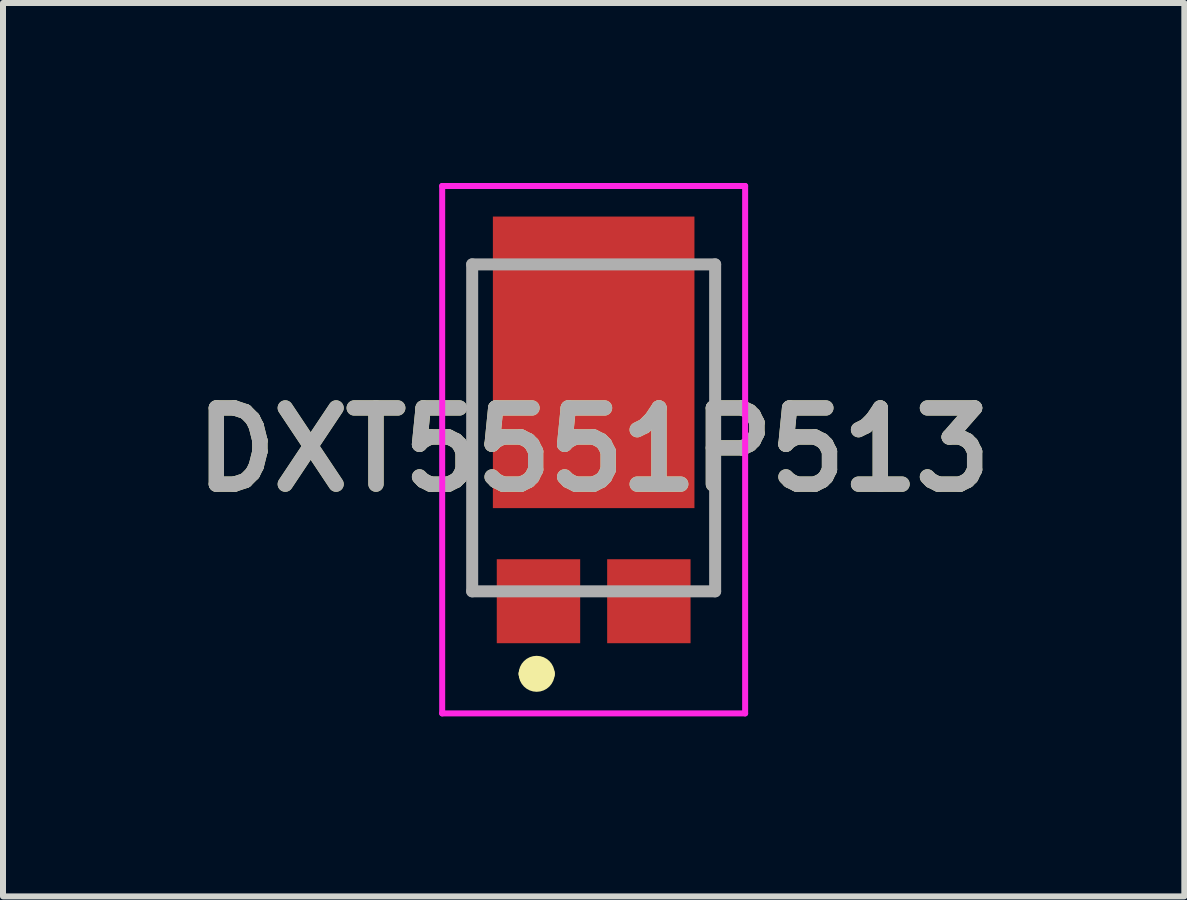
<source format=kicad_pcb>
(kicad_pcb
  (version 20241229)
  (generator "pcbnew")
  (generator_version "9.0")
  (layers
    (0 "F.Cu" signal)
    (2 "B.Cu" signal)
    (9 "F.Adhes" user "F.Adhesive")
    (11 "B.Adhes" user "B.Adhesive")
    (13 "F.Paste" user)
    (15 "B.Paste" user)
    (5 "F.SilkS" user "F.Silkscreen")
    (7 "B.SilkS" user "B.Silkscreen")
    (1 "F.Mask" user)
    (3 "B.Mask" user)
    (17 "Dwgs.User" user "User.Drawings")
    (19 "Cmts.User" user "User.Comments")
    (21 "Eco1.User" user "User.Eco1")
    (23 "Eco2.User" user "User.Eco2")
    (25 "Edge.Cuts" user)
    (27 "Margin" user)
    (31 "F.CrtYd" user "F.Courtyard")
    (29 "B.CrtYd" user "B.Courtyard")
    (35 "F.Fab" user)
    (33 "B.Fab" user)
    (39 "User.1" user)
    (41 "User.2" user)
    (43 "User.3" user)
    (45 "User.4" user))
  (footprint "DXT5551P513"
    (layer "F.Cu")
    (at 6.846 4.082)
    (property "Reference" "DXT5551P513" (at 0 0.364 0) (layer "F.SilkS") (effects (font (size 1.27 1.27) (thickness 0.254))))
    (attr smd)
    (fp_line (start -2.025 -2.725) (end -2.025 2.725) (stroke (width 0.1) (type solid)) (layer "F.SilkS"))
    (fp_line (start -1.1 4.1) (end -1.1 4.1) (stroke (width 0.3) (type solid)) (layer "F.SilkS"))
    (fp_line (start -0.8 4.1) (end -0.8 4.1) (stroke (width 0.3) (type solid)) (layer "F.SilkS"))
    (fp_line (start 2.025 -2.725) (end 2.025 2.725) (stroke (width 0.1) (type solid)) (layer "F.SilkS"))
    (fp_arc (start -1.1 4.1) (mid -0.95 3.95) (end -0.8 4.1) (stroke (width 0.3) (type solid)) (layer "F.SilkS"))
    (fp_arc (start -0.8 4.1) (mid -0.95 4.25) (end -1.1 4.1) (stroke (width 0.3) (type solid)) (layer "F.SilkS"))
    (fp_line (start -2.525 -4.032) (end 2.525 -4.032) (stroke (width 0.1) (type solid)) (layer "F.CrtYd"))
    (fp_line (start -2.525 4.76) (end -2.525 -4.032) (stroke (width 0.1) (type solid)) (layer "F.CrtYd"))
    (fp_line (start 2.525 -4.032) (end 2.525 4.76) (stroke (width 0.1) (type solid)) (layer "F.CrtYd"))
    (fp_line (start 2.525 4.76) (end -2.525 4.76) (stroke (width 0.1) (type solid)) (layer "F.CrtYd"))
    (fp_line (start -2.025 -2.725) (end 2.025 -2.725) (stroke (width 0.2) (type solid)) (layer "F.Fab"))
    (fp_line (start -2.025 2.725) (end -2.025 -2.725) (stroke (width 0.2) (type solid)) (layer "F.Fab"))
    (fp_line (start 2.025 -2.725) (end 2.025 2.725) (stroke (width 0.2) (type solid)) (layer "F.Fab"))
    (fp_line (start 2.025 2.725) (end -2.025 2.725) (stroke (width 0.2) (type solid)) (layer "F.Fab"))
    (fp_text user "${REFERENCE}" (at 0 0.364 0) (layer "F.Fab") (effects (font (size 1.27 1.27) (thickness 0.254))))
    (pad "1" smd rect (at -0.92 2.89) (size 1.39 1.4) (layers "F.Cu" "F.Mask" "F.Paste"))
    (pad "2" smd rect (at 0.92 2.89) (size 1.39 1.4) (layers "F.Cu" "F.Mask" "F.Paste"))
    (pad "3" smd rect (at 0 -1.092) (size 3.36 4.86) (layers "F.Cu" "F.Mask" "F.Paste")))
  (gr_rect
    (start -3 -3)
    (end 16.692 11.892)
    (stroke (width 0.1) (type default))
    (fill no)
    (layer "Edge.Cuts")))
</source>
